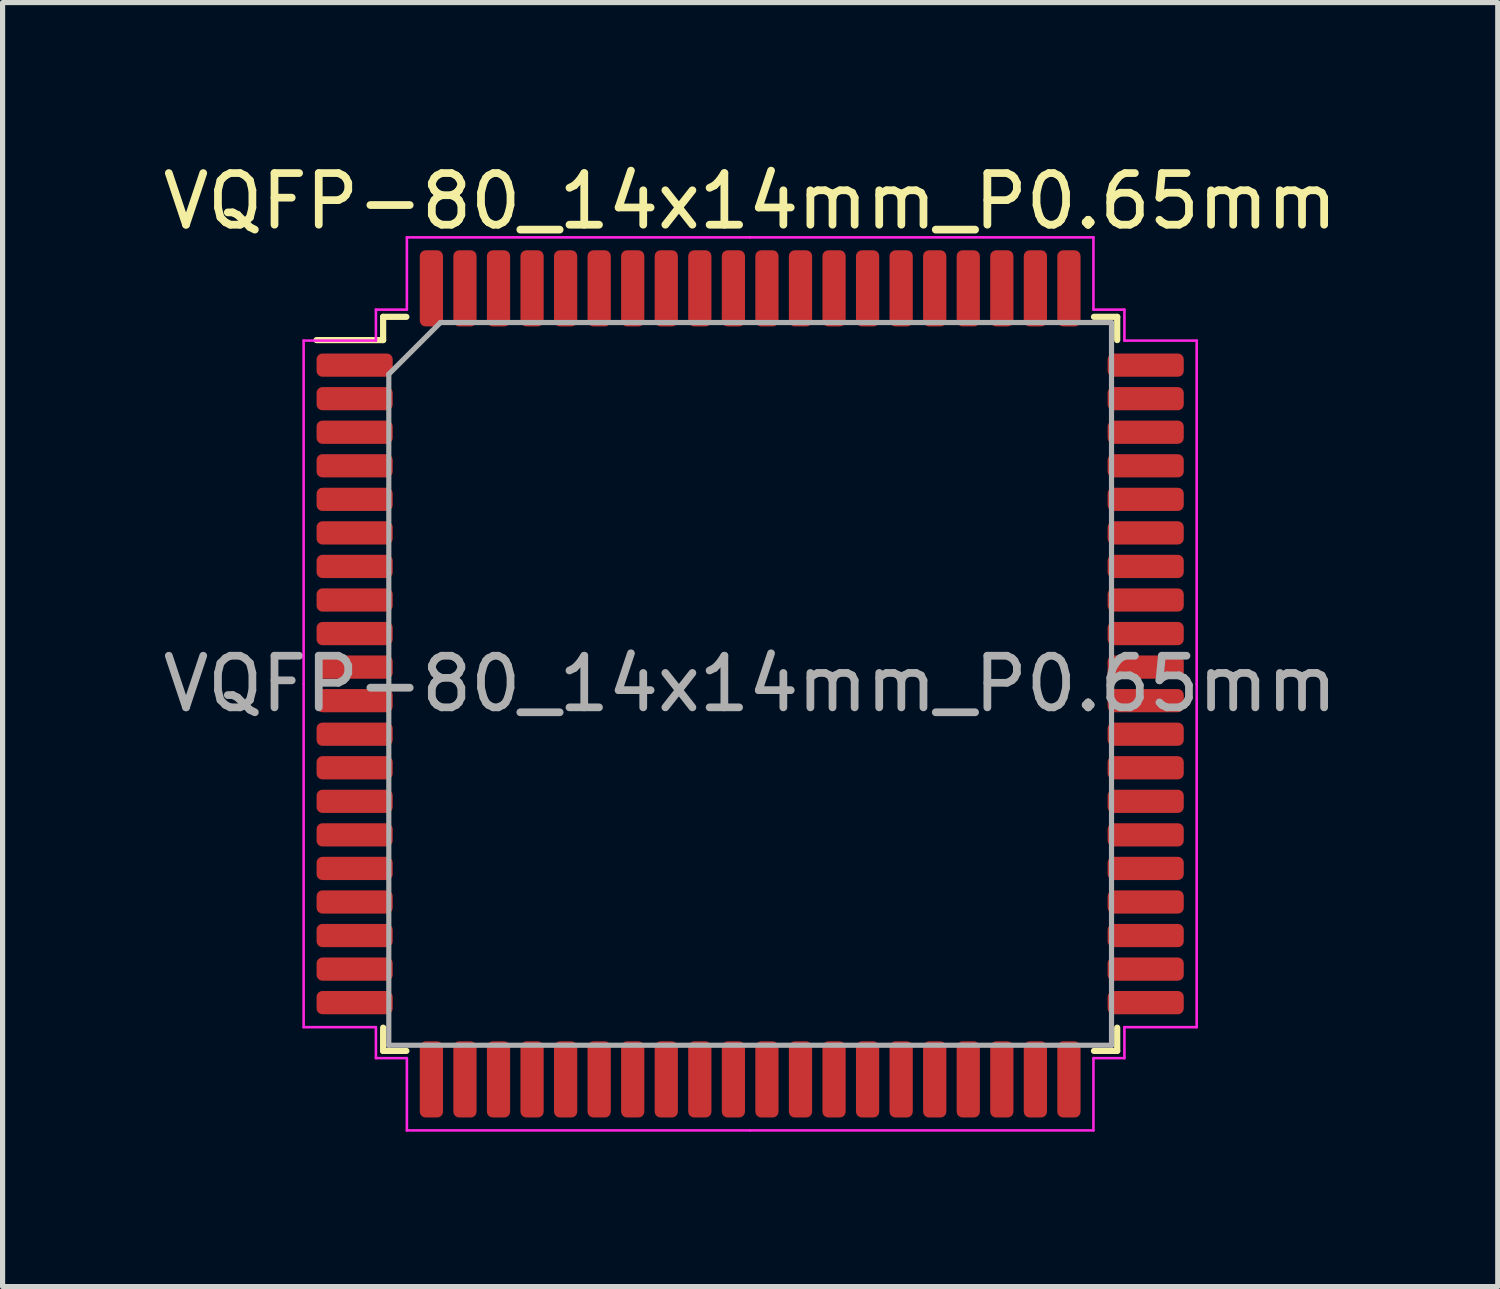
<source format=kicad_pcb>
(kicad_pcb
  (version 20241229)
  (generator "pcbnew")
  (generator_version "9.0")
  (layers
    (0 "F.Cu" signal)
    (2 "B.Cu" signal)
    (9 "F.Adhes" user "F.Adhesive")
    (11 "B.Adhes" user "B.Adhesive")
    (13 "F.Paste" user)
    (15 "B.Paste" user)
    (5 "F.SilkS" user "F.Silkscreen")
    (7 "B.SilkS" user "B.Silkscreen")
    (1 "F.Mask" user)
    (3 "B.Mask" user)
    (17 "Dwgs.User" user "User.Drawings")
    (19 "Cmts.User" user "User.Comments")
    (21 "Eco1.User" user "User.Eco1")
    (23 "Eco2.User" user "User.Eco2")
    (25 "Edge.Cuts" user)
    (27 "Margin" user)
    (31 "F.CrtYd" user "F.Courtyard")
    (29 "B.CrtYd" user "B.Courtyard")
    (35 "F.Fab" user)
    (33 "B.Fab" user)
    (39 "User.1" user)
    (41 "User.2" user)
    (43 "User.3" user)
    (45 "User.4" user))
  (footprint "VQFP-80_14x14mm_P0.65mm"
    (layer "F.Cu")
    (at 11.482 10.198)
    (property "Reference" "VQFP-80_14x14mm_P0.65mm" (at 0 -9.35 0) (layer "F.SilkS") (effects (font (size 1 1) (thickness 0.15))))
    (attr smd)
    (fp_line (start -7.11 -7.11) (end -7.11 -6.66) (stroke (width 0.12) (type solid)) (layer "F.SilkS"))
    (fp_line (start -7.11 -6.66) (end -8.4 -6.66) (stroke (width 0.12) (type solid)) (layer "F.SilkS"))
    (fp_line (start -7.11 7.11) (end -7.11 6.66) (stroke (width 0.12) (type solid)) (layer "F.SilkS"))
    (fp_line (start -6.66 -7.11) (end -7.11 -7.11) (stroke (width 0.12) (type solid)) (layer "F.SilkS"))
    (fp_line (start -6.66 7.11) (end -7.11 7.11) (stroke (width 0.12) (type solid)) (layer "F.SilkS"))
    (fp_line (start 6.66 -7.11) (end 7.11 -7.11) (stroke (width 0.12) (type solid)) (layer "F.SilkS"))
    (fp_line (start 6.66 7.11) (end 7.11 7.11) (stroke (width 0.12) (type solid)) (layer "F.SilkS"))
    (fp_line (start 7.11 -7.11) (end 7.11 -6.66) (stroke (width 0.12) (type solid)) (layer "F.SilkS"))
    (fp_line (start 7.11 7.11) (end 7.11 6.66) (stroke (width 0.12) (type solid)) (layer "F.SilkS"))
    (fp_line (start -8.65 -6.65) (end -8.65 0) (stroke (width 0.05) (type solid)) (layer "F.CrtYd"))
    (fp_line (start -8.65 6.65) (end -8.65 0) (stroke (width 0.05) (type solid)) (layer "F.CrtYd"))
    (fp_line (start -7.25 -7.25) (end -7.25 -6.65) (stroke (width 0.05) (type solid)) (layer "F.CrtYd"))
    (fp_line (start -7.25 -6.65) (end -8.65 -6.65) (stroke (width 0.05) (type solid)) (layer "F.CrtYd"))
    (fp_line (start -7.25 6.65) (end -8.65 6.65) (stroke (width 0.05) (type solid)) (layer "F.CrtYd"))
    (fp_line (start -7.25 7.25) (end -7.25 6.65) (stroke (width 0.05) (type solid)) (layer "F.CrtYd"))
    (fp_line (start -6.65 -8.65) (end -6.65 -7.25) (stroke (width 0.05) (type solid)) (layer "F.CrtYd"))
    (fp_line (start -6.65 -7.25) (end -7.25 -7.25) (stroke (width 0.05) (type solid)) (layer "F.CrtYd"))
    (fp_line (start -6.65 7.25) (end -7.25 7.25) (stroke (width 0.05) (type solid)) (layer "F.CrtYd"))
    (fp_line (start -6.65 8.65) (end -6.65 7.25) (stroke (width 0.05) (type solid)) (layer "F.CrtYd"))
    (fp_line (start 0 -8.65) (end -6.65 -8.65) (stroke (width 0.05) (type solid)) (layer "F.CrtYd"))
    (fp_line (start 0 -8.65) (end 6.65 -8.65) (stroke (width 0.05) (type solid)) (layer "F.CrtYd"))
    (fp_line (start 0 8.65) (end -6.65 8.65) (stroke (width 0.05) (type solid)) (layer "F.CrtYd"))
    (fp_line (start 0 8.65) (end 6.65 8.65) (stroke (width 0.05) (type solid)) (layer "F.CrtYd"))
    (fp_line (start 6.65 -8.65) (end 6.65 -7.25) (stroke (width 0.05) (type solid)) (layer "F.CrtYd"))
    (fp_line (start 6.65 -7.25) (end 7.25 -7.25) (stroke (width 0.05) (type solid)) (layer "F.CrtYd"))
    (fp_line (start 6.65 7.25) (end 7.25 7.25) (stroke (width 0.05) (type solid)) (layer "F.CrtYd"))
    (fp_line (start 6.65 8.65) (end 6.65 7.25) (stroke (width 0.05) (type solid)) (layer "F.CrtYd"))
    (fp_line (start 7.25 -7.25) (end 7.25 -6.65) (stroke (width 0.05) (type solid)) (layer "F.CrtYd"))
    (fp_line (start 7.25 -6.65) (end 8.65 -6.65) (stroke (width 0.05) (type solid)) (layer "F.CrtYd"))
    (fp_line (start 7.25 6.65) (end 8.65 6.65) (stroke (width 0.05) (type solid)) (layer "F.CrtYd"))
    (fp_line (start 7.25 7.25) (end 7.25 6.65) (stroke (width 0.05) (type solid)) (layer "F.CrtYd"))
    (fp_line (start 8.65 -6.65) (end 8.65 0) (stroke (width 0.05) (type solid)) (layer "F.CrtYd"))
    (fp_line (start 8.65 6.65) (end 8.65 0) (stroke (width 0.05) (type solid)) (layer "F.CrtYd"))
    (fp_line (start -7 -6) (end -6 -7) (stroke (width 0.1) (type solid)) (layer "F.Fab"))
    (fp_line (start -7 7) (end -7 -6) (stroke (width 0.1) (type solid)) (layer "F.Fab"))
    (fp_line (start -6 -7) (end 7 -7) (stroke (width 0.1) (type solid)) (layer "F.Fab"))
    (fp_line (start 7 -7) (end 7 7) (stroke (width 0.1) (type solid)) (layer "F.Fab"))
    (fp_line (start 7 7) (end -7 7) (stroke (width 0.1) (type solid)) (layer "F.Fab"))
    (fp_text user "${REFERENCE}" (at 0 0 0) (layer "F.Fab") (effects (font (size 1 1) (thickness 0.15))))
    (pad "1" smd roundrect (at -7.662 -6.175) (size 1.475 0.45) (layers "F.Cu" "F.Mask" "F.Paste") (roundrect_rratio 0.25))
    (pad "2" smd roundrect (at -7.662 -5.525) (size 1.475 0.45) (layers "F.Cu" "F.Mask" "F.Paste") (roundrect_rratio 0.25))
    (pad "3" smd roundrect (at -7.662 -4.875) (size 1.475 0.45) (layers "F.Cu" "F.Mask" "F.Paste") (roundrect_rratio 0.25))
    (pad "4" smd roundrect (at -7.662 -4.225) (size 1.475 0.45) (layers "F.Cu" "F.Mask" "F.Paste") (roundrect_rratio 0.25))
    (pad "5" smd roundrect (at -7.662 -3.575) (size 1.475 0.45) (layers "F.Cu" "F.Mask" "F.Paste") (roundrect_rratio 0.25))
    (pad "6" smd roundrect (at -7.662 -2.925) (size 1.475 0.45) (layers "F.Cu" "F.Mask" "F.Paste") (roundrect_rratio 0.25))
    (pad "7" smd roundrect (at -7.662 -2.275) (size 1.475 0.45) (layers "F.Cu" "F.Mask" "F.Paste") (roundrect_rratio 0.25))
    (pad "8" smd roundrect (at -7.662 -1.625) (size 1.475 0.45) (layers "F.Cu" "F.Mask" "F.Paste") (roundrect_rratio 0.25))
    (pad "9" smd roundrect (at -7.662 -0.975) (size 1.475 0.45) (layers "F.Cu" "F.Mask" "F.Paste") (roundrect_rratio 0.25))
    (pad "10" smd roundrect (at -7.662 -0.325) (size 1.475 0.45) (layers "F.Cu" "F.Mask" "F.Paste") (roundrect_rratio 0.25))
    (pad "11" smd roundrect (at -7.662 0.325) (size 1.475 0.45) (layers "F.Cu" "F.Mask" "F.Paste") (roundrect_rratio 0.25))
    (pad "12" smd roundrect (at -7.662 0.975) (size 1.475 0.45) (layers "F.Cu" "F.Mask" "F.Paste") (roundrect_rratio 0.25))
    (pad "13" smd roundrect (at -7.662 1.625) (size 1.475 0.45) (layers "F.Cu" "F.Mask" "F.Paste") (roundrect_rratio 0.25))
    (pad "14" smd roundrect (at -7.662 2.275) (size 1.475 0.45) (layers "F.Cu" "F.Mask" "F.Paste") (roundrect_rratio 0.25))
    (pad "15" smd roundrect (at -7.662 2.925) (size 1.475 0.45) (layers "F.Cu" "F.Mask" "F.Paste") (roundrect_rratio 0.25))
    (pad "16" smd roundrect (at -7.662 3.575) (size 1.475 0.45) (layers "F.Cu" "F.Mask" "F.Paste") (roundrect_rratio 0.25))
    (pad "17" smd roundrect (at -7.662 4.225) (size 1.475 0.45) (layers "F.Cu" "F.Mask" "F.Paste") (roundrect_rratio 0.25))
    (pad "18" smd roundrect (at -7.662 4.875) (size 1.475 0.45) (layers "F.Cu" "F.Mask" "F.Paste") (roundrect_rratio 0.25))
    (pad "19" smd roundrect (at -7.662 5.525) (size 1.475 0.45) (layers "F.Cu" "F.Mask" "F.Paste") (roundrect_rratio 0.25))
    (pad "20" smd roundrect (at -7.662 6.175) (size 1.475 0.45) (layers "F.Cu" "F.Mask" "F.Paste") (roundrect_rratio 0.25))
    (pad "21" smd roundrect (at -6.175 7.662) (size 0.45 1.475) (layers "F.Cu" "F.Mask" "F.Paste") (roundrect_rratio 0.25))
    (pad "22" smd roundrect (at -5.525 7.662) (size 0.45 1.475) (layers "F.Cu" "F.Mask" "F.Paste") (roundrect_rratio 0.25))
    (pad "23" smd roundrect (at -4.875 7.662) (size 0.45 1.475) (layers "F.Cu" "F.Mask" "F.Paste") (roundrect_rratio 0.25))
    (pad "24" smd roundrect (at -4.225 7.662) (size 0.45 1.475) (layers "F.Cu" "F.Mask" "F.Paste") (roundrect_rratio 0.25))
    (pad "25" smd roundrect (at -3.575 7.662) (size 0.45 1.475) (layers "F.Cu" "F.Mask" "F.Paste") (roundrect_rratio 0.25))
    (pad "26" smd roundrect (at -2.925 7.662) (size 0.45 1.475) (layers "F.Cu" "F.Mask" "F.Paste") (roundrect_rratio 0.25))
    (pad "27" smd roundrect (at -2.275 7.662) (size 0.45 1.475) (layers "F.Cu" "F.Mask" "F.Paste") (roundrect_rratio 0.25))
    (pad "28" smd roundrect (at -1.625 7.662) (size 0.45 1.475) (layers "F.Cu" "F.Mask" "F.Paste") (roundrect_rratio 0.25))
    (pad "29" smd roundrect (at -0.975 7.662) (size 0.45 1.475) (layers "F.Cu" "F.Mask" "F.Paste") (roundrect_rratio 0.25))
    (pad "30" smd roundrect (at -0.325 7.662) (size 0.45 1.475) (layers "F.Cu" "F.Mask" "F.Paste") (roundrect_rratio 0.25))
    (pad "31" smd roundrect (at 0.325 7.662) (size 0.45 1.475) (layers "F.Cu" "F.Mask" "F.Paste") (roundrect_rratio 0.25))
    (pad "32" smd roundrect (at 0.975 7.662) (size 0.45 1.475) (layers "F.Cu" "F.Mask" "F.Paste") (roundrect_rratio 0.25))
    (pad "33" smd roundrect (at 1.625 7.662) (size 0.45 1.475) (layers "F.Cu" "F.Mask" "F.Paste") (roundrect_rratio 0.25))
    (pad "34" smd roundrect (at 2.275 7.662) (size 0.45 1.475) (layers "F.Cu" "F.Mask" "F.Paste") (roundrect_rratio 0.25))
    (pad "35" smd roundrect (at 2.925 7.662) (size 0.45 1.475) (layers "F.Cu" "F.Mask" "F.Paste") (roundrect_rratio 0.25))
    (pad "36" smd roundrect (at 3.575 7.662) (size 0.45 1.475) (layers "F.Cu" "F.Mask" "F.Paste") (roundrect_rratio 0.25))
    (pad "37" smd roundrect (at 4.225 7.662) (size 0.45 1.475) (layers "F.Cu" "F.Mask" "F.Paste") (roundrect_rratio 0.25))
    (pad "38" smd roundrect (at 4.875 7.662) (size 0.45 1.475) (layers "F.Cu" "F.Mask" "F.Paste") (roundrect_rratio 0.25))
    (pad "39" smd roundrect (at 5.525 7.662) (size 0.45 1.475) (layers "F.Cu" "F.Mask" "F.Paste") (roundrect_rratio 0.25))
    (pad "40" smd roundrect (at 6.175 7.662) (size 0.45 1.475) (layers "F.Cu" "F.Mask" "F.Paste") (roundrect_rratio 0.25))
    (pad "41" smd roundrect (at 7.662 6.175) (size 1.475 0.45) (layers "F.Cu" "F.Mask" "F.Paste") (roundrect_rratio 0.25))
    (pad "42" smd roundrect (at 7.662 5.525) (size 1.475 0.45) (layers "F.Cu" "F.Mask" "F.Paste") (roundrect_rratio 0.25))
    (pad "43" smd roundrect (at 7.662 4.875) (size 1.475 0.45) (layers "F.Cu" "F.Mask" "F.Paste") (roundrect_rratio 0.25))
    (pad "44" smd roundrect (at 7.662 4.225) (size 1.475 0.45) (layers "F.Cu" "F.Mask" "F.Paste") (roundrect_rratio 0.25))
    (pad "45" smd roundrect (at 7.662 3.575) (size 1.475 0.45) (layers "F.Cu" "F.Mask" "F.Paste") (roundrect_rratio 0.25))
    (pad "46" smd roundrect (at 7.662 2.925) (size 1.475 0.45) (layers "F.Cu" "F.Mask" "F.Paste") (roundrect_rratio 0.25))
    (pad "47" smd roundrect (at 7.662 2.275) (size 1.475 0.45) (layers "F.Cu" "F.Mask" "F.Paste") (roundrect_rratio 0.25))
    (pad "48" smd roundrect (at 7.662 1.625) (size 1.475 0.45) (layers "F.Cu" "F.Mask" "F.Paste") (roundrect_rratio 0.25))
    (pad "49" smd roundrect (at 7.662 0.975) (size 1.475 0.45) (layers "F.Cu" "F.Mask" "F.Paste") (roundrect_rratio 0.25))
    (pad "50" smd roundrect (at 7.662 0.325) (size 1.475 0.45) (layers "F.Cu" "F.Mask" "F.Paste") (roundrect_rratio 0.25))
    (pad "51" smd roundrect (at 7.662 -0.325) (size 1.475 0.45) (layers "F.Cu" "F.Mask" "F.Paste") (roundrect_rratio 0.25))
    (pad "52" smd roundrect (at 7.662 -0.975) (size 1.475 0.45) (layers "F.Cu" "F.Mask" "F.Paste") (roundrect_rratio 0.25))
    (pad "53" smd roundrect (at 7.662 -1.625) (size 1.475 0.45) (layers "F.Cu" "F.Mask" "F.Paste") (roundrect_rratio 0.25))
    (pad "54" smd roundrect (at 7.662 -2.275) (size 1.475 0.45) (layers "F.Cu" "F.Mask" "F.Paste") (roundrect_rratio 0.25))
    (pad "55" smd roundrect (at 7.662 -2.925) (size 1.475 0.45) (layers "F.Cu" "F.Mask" "F.Paste") (roundrect_rratio 0.25))
    (pad "56" smd roundrect (at 7.662 -3.575) (size 1.475 0.45) (layers "F.Cu" "F.Mask" "F.Paste") (roundrect_rratio 0.25))
    (pad "57" smd roundrect (at 7.662 -4.225) (size 1.475 0.45) (layers "F.Cu" "F.Mask" "F.Paste") (roundrect_rratio 0.25))
    (pad "58" smd roundrect (at 7.662 -4.875) (size 1.475 0.45) (layers "F.Cu" "F.Mask" "F.Paste") (roundrect_rratio 0.25))
    (pad "59" smd roundrect (at 7.662 -5.525) (size 1.475 0.45) (layers "F.Cu" "F.Mask" "F.Paste") (roundrect_rratio 0.25))
    (pad "60" smd roundrect (at 7.662 -6.175) (size 1.475 0.45) (layers "F.Cu" "F.Mask" "F.Paste") (roundrect_rratio 0.25))
    (pad "61" smd roundrect (at 6.175 -7.662) (size 0.45 1.475) (layers "F.Cu" "F.Mask" "F.Paste") (roundrect_rratio 0.25))
    (pad "62" smd roundrect (at 5.525 -7.662) (size 0.45 1.475) (layers "F.Cu" "F.Mask" "F.Paste") (roundrect_rratio 0.25))
    (pad "63" smd roundrect (at 4.875 -7.662) (size 0.45 1.475) (layers "F.Cu" "F.Mask" "F.Paste") (roundrect_rratio 0.25))
    (pad "64" smd roundrect (at 4.225 -7.662) (size 0.45 1.475) (layers "F.Cu" "F.Mask" "F.Paste") (roundrect_rratio 0.25))
    (pad "65" smd roundrect (at 3.575 -7.662) (size 0.45 1.475) (layers "F.Cu" "F.Mask" "F.Paste") (roundrect_rratio 0.25))
    (pad "66" smd roundrect (at 2.925 -7.662) (size 0.45 1.475) (layers "F.Cu" "F.Mask" "F.Paste") (roundrect_rratio 0.25))
    (pad "67" smd roundrect (at 2.275 -7.662) (size 0.45 1.475) (layers "F.Cu" "F.Mask" "F.Paste") (roundrect_rratio 0.25))
    (pad "68" smd roundrect (at 1.625 -7.662) (size 0.45 1.475) (layers "F.Cu" "F.Mask" "F.Paste") (roundrect_rratio 0.25))
    (pad "69" smd roundrect (at 0.975 -7.662) (size 0.45 1.475) (layers "F.Cu" "F.Mask" "F.Paste") (roundrect_rratio 0.25))
    (pad "70" smd roundrect (at 0.325 -7.662) (size 0.45 1.475) (layers "F.Cu" "F.Mask" "F.Paste") (roundrect_rratio 0.25))
    (pad "71" smd roundrect (at -0.325 -7.662) (size 0.45 1.475) (layers "F.Cu" "F.Mask" "F.Paste") (roundrect_rratio 0.25))
    (pad "72" smd roundrect (at -0.975 -7.662) (size 0.45 1.475) (layers "F.Cu" "F.Mask" "F.Paste") (roundrect_rratio 0.25))
    (pad "73" smd roundrect (at -1.625 -7.662) (size 0.45 1.475) (layers "F.Cu" "F.Mask" "F.Paste") (roundrect_rratio 0.25))
    (pad "74" smd roundrect (at -2.275 -7.662) (size 0.45 1.475) (layers "F.Cu" "F.Mask" "F.Paste") (roundrect_rratio 0.25))
    (pad "75" smd roundrect (at -2.925 -7.662) (size 0.45 1.475) (layers "F.Cu" "F.Mask" "F.Paste") (roundrect_rratio 0.25))
    (pad "76" smd roundrect (at -3.575 -7.662) (size 0.45 1.475) (layers "F.Cu" "F.Mask" "F.Paste") (roundrect_rratio 0.25))
    (pad "77" smd roundrect (at -4.225 -7.662) (size 0.45 1.475) (layers "F.Cu" "F.Mask" "F.Paste") (roundrect_rratio 0.25))
    (pad "78" smd roundrect (at -4.875 -7.662) (size 0.45 1.475) (layers "F.Cu" "F.Mask" "F.Paste") (roundrect_rratio 0.25))
    (pad "79" smd roundrect (at -5.525 -7.662) (size 0.45 1.475) (layers "F.Cu" "F.Mask" "F.Paste") (roundrect_rratio 0.25))
    (pad "80" smd roundrect (at -6.175 -7.662) (size 0.45 1.475) (layers "F.Cu" "F.Mask" "F.Paste") (roundrect_rratio 0.25)))
  (gr_rect
    (start -3 -3)
    (end 25.964 21.873)
    (stroke (width 0.1) (type default))
    (fill no)
    (layer "Edge.Cuts")))
</source>
